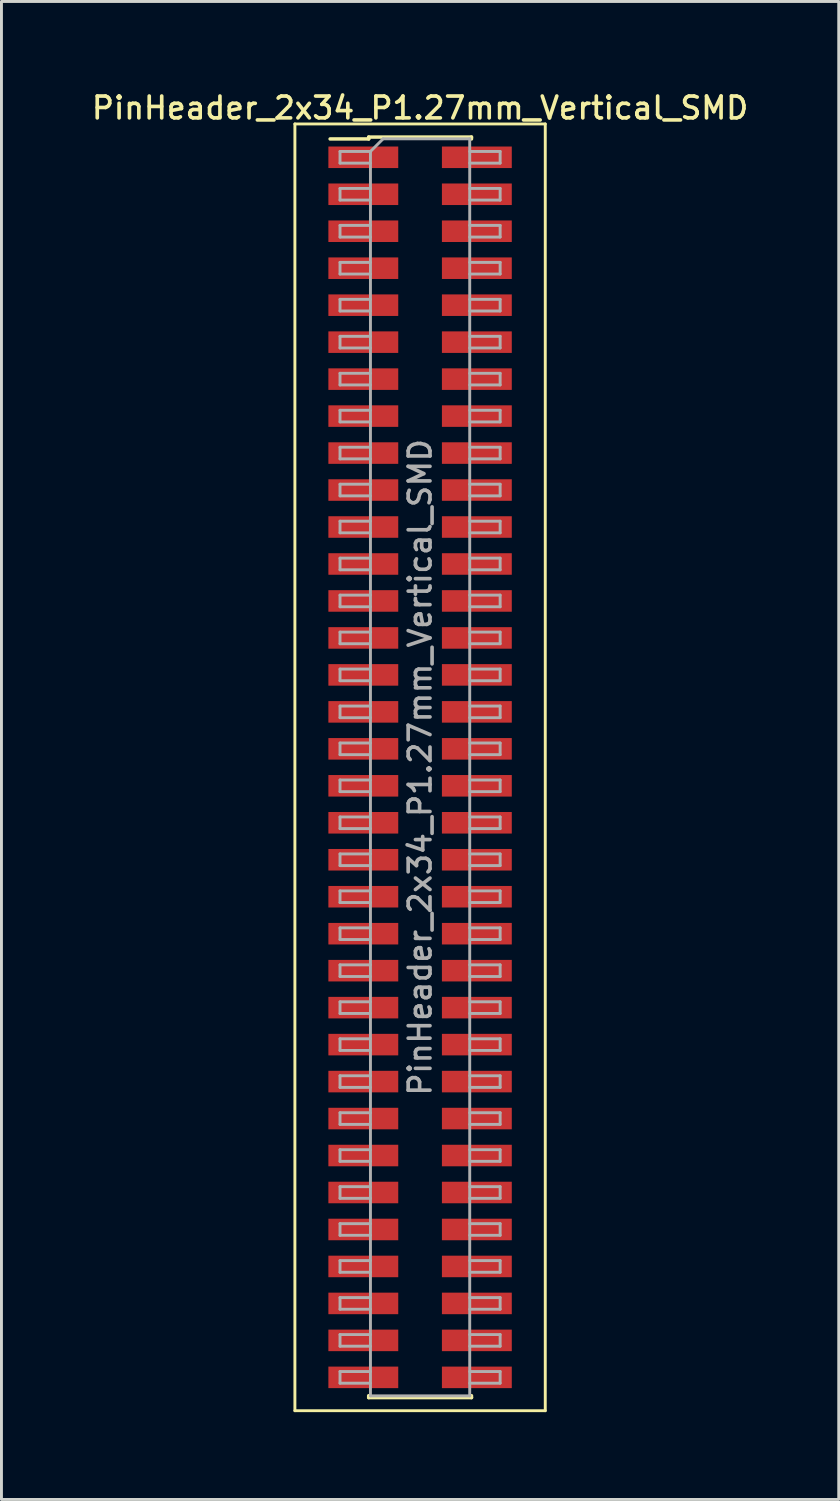
<source format=kicad_pcb>
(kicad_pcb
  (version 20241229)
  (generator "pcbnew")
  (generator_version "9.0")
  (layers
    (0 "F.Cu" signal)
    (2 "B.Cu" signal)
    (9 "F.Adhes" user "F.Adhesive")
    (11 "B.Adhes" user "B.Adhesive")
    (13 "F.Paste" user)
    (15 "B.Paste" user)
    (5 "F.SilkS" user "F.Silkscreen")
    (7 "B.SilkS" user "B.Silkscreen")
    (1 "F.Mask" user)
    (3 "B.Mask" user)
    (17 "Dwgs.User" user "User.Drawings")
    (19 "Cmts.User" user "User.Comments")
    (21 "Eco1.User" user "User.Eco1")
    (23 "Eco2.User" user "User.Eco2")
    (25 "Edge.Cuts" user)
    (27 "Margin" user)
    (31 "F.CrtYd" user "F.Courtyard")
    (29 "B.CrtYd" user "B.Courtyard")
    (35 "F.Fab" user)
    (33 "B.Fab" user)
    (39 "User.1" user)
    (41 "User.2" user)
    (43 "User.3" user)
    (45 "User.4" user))
  (footprint "PinHeader_2x34_P1.27mm_Vertical_SMD"
    (layer "F.Cu")
    (at 11.38 23.308)
    (property "Reference" "PinHeader_2x34_P1.27mm_Vertical_SMD" (at 0 -22.65 0) (layer "F.SilkS") (effects (font (size 0.75 0.75) (thickness 0.125))))
    (attr smd)
    (fp_line (start -4.3 -22.1) (end -4.3 22.1) (stroke (width 0.1) (type solid)) (layer "F.SilkS"))
    (fp_line (start -4.3 22.1) (end 4.3 22.1) (stroke (width 0.1) (type solid)) (layer "F.SilkS"))
    (fp_line (start -3.09 -21.585) (end -1.765 -21.585) (stroke (width 0.12) (type solid)) (layer "F.SilkS"))
    (fp_line (start -1.765 -21.65) (end -1.765 -21.585) (stroke (width 0.12) (type solid)) (layer "F.SilkS"))
    (fp_line (start -1.765 -21.65) (end 1.765 -21.65) (stroke (width 0.12) (type solid)) (layer "F.SilkS"))
    (fp_line (start -1.765 21.585) (end -1.765 21.65) (stroke (width 0.12) (type solid)) (layer "F.SilkS"))
    (fp_line (start -1.765 21.65) (end 1.765 21.65) (stroke (width 0.12) (type solid)) (layer "F.SilkS"))
    (fp_line (start 1.765 -21.65) (end 1.765 -21.585) (stroke (width 0.12) (type solid)) (layer "F.SilkS"))
    (fp_line (start 1.765 21.585) (end 1.765 21.65) (stroke (width 0.12) (type solid)) (layer "F.SilkS"))
    (fp_line (start 4.3 -22.1) (end -4.3 -22.1) (stroke (width 0.1) (type solid)) (layer "F.SilkS"))
    (fp_line (start 4.3 22.1) (end 4.3 -22.1) (stroke (width 0.1) (type solid)) (layer "F.SilkS"))
    (fp_line (start -2.75 -21.155) (end -2.75 -20.755) (stroke (width 0.1) (type solid)) (layer "F.Fab"))
    (fp_line (start -2.75 -20.755) (end -1.705 -20.755) (stroke (width 0.1) (type solid)) (layer "F.Fab"))
    (fp_line (start -2.75 -19.885) (end -2.75 -19.485) (stroke (width 0.1) (type solid)) (layer "F.Fab"))
    (fp_line (start -2.75 -19.485) (end -1.705 -19.485) (stroke (width 0.1) (type solid)) (layer "F.Fab"))
    (fp_line (start -2.75 -18.615) (end -2.75 -18.215) (stroke (width 0.1) (type solid)) (layer "F.Fab"))
    (fp_line (start -2.75 -18.215) (end -1.705 -18.215) (stroke (width 0.1) (type solid)) (layer "F.Fab"))
    (fp_line (start -2.75 -17.345) (end -2.75 -16.945) (stroke (width 0.1) (type solid)) (layer "F.Fab"))
    (fp_line (start -2.75 -16.945) (end -1.705 -16.945) (stroke (width 0.1) (type solid)) (layer "F.Fab"))
    (fp_line (start -2.75 -16.075) (end -2.75 -15.675) (stroke (width 0.1) (type solid)) (layer "F.Fab"))
    (fp_line (start -2.75 -15.675) (end -1.705 -15.675) (stroke (width 0.1) (type solid)) (layer "F.Fab"))
    (fp_line (start -2.75 -14.805) (end -2.75 -14.405) (stroke (width 0.1) (type solid)) (layer "F.Fab"))
    (fp_line (start -2.75 -14.405) (end -1.705 -14.405) (stroke (width 0.1) (type solid)) (layer "F.Fab"))
    (fp_line (start -2.75 -13.535) (end -2.75 -13.135) (stroke (width 0.1) (type solid)) (layer "F.Fab"))
    (fp_line (start -2.75 -13.135) (end -1.705 -13.135) (stroke (width 0.1) (type solid)) (layer "F.Fab"))
    (fp_line (start -2.75 -12.265) (end -2.75 -11.865) (stroke (width 0.1) (type solid)) (layer "F.Fab"))
    (fp_line (start -2.75 -11.865) (end -1.705 -11.865) (stroke (width 0.1) (type solid)) (layer "F.Fab"))
    (fp_line (start -2.75 -10.995) (end -2.75 -10.595) (stroke (width 0.1) (type solid)) (layer "F.Fab"))
    (fp_line (start -2.75 -10.595) (end -1.705 -10.595) (stroke (width 0.1) (type solid)) (layer "F.Fab"))
    (fp_line (start -2.75 -9.725) (end -2.75 -9.325) (stroke (width 0.1) (type solid)) (layer "F.Fab"))
    (fp_line (start -2.75 -9.325) (end -1.705 -9.325) (stroke (width 0.1) (type solid)) (layer "F.Fab"))
    (fp_line (start -2.75 -8.455) (end -2.75 -8.055) (stroke (width 0.1) (type solid)) (layer "F.Fab"))
    (fp_line (start -2.75 -8.055) (end -1.705 -8.055) (stroke (width 0.1) (type solid)) (layer "F.Fab"))
    (fp_line (start -2.75 -7.185) (end -2.75 -6.785) (stroke (width 0.1) (type solid)) (layer "F.Fab"))
    (fp_line (start -2.75 -6.785) (end -1.705 -6.785) (stroke (width 0.1) (type solid)) (layer "F.Fab"))
    (fp_line (start -2.75 -5.915) (end -2.75 -5.515) (stroke (width 0.1) (type solid)) (layer "F.Fab"))
    (fp_line (start -2.75 -5.515) (end -1.705 -5.515) (stroke (width 0.1) (type solid)) (layer "F.Fab"))
    (fp_line (start -2.75 -4.645) (end -2.75 -4.245) (stroke (width 0.1) (type solid)) (layer "F.Fab"))
    (fp_line (start -2.75 -4.245) (end -1.705 -4.245) (stroke (width 0.1) (type solid)) (layer "F.Fab"))
    (fp_line (start -2.75 -3.375) (end -2.75 -2.975) (stroke (width 0.1) (type solid)) (layer "F.Fab"))
    (fp_line (start -2.75 -2.975) (end -1.705 -2.975) (stroke (width 0.1) (type solid)) (layer "F.Fab"))
    (fp_line (start -2.75 -2.105) (end -2.75 -1.705) (stroke (width 0.1) (type solid)) (layer "F.Fab"))
    (fp_line (start -2.75 -1.705) (end -1.705 -1.705) (stroke (width 0.1) (type solid)) (layer "F.Fab"))
    (fp_line (start -2.75 -0.835) (end -2.75 -0.435) (stroke (width 0.1) (type solid)) (layer "F.Fab"))
    (fp_line (start -2.75 -0.435) (end -1.705 -0.435) (stroke (width 0.1) (type solid)) (layer "F.Fab"))
    (fp_line (start -2.75 0.435) (end -2.75 0.835) (stroke (width 0.1) (type solid)) (layer "F.Fab"))
    (fp_line (start -2.75 0.835) (end -1.705 0.835) (stroke (width 0.1) (type solid)) (layer "F.Fab"))
    (fp_line (start -2.75 1.705) (end -2.75 2.105) (stroke (width 0.1) (type solid)) (layer "F.Fab"))
    (fp_line (start -2.75 2.105) (end -1.705 2.105) (stroke (width 0.1) (type solid)) (layer "F.Fab"))
    (fp_line (start -2.75 2.975) (end -2.75 3.375) (stroke (width 0.1) (type solid)) (layer "F.Fab"))
    (fp_line (start -2.75 3.375) (end -1.705 3.375) (stroke (width 0.1) (type solid)) (layer "F.Fab"))
    (fp_line (start -2.75 4.245) (end -2.75 4.645) (stroke (width 0.1) (type solid)) (layer "F.Fab"))
    (fp_line (start -2.75 4.645) (end -1.705 4.645) (stroke (width 0.1) (type solid)) (layer "F.Fab"))
    (fp_line (start -2.75 5.515) (end -2.75 5.915) (stroke (width 0.1) (type solid)) (layer "F.Fab"))
    (fp_line (start -2.75 5.915) (end -1.705 5.915) (stroke (width 0.1) (type solid)) (layer "F.Fab"))
    (fp_line (start -2.75 6.785) (end -2.75 7.185) (stroke (width 0.1) (type solid)) (layer "F.Fab"))
    (fp_line (start -2.75 7.185) (end -1.705 7.185) (stroke (width 0.1) (type solid)) (layer "F.Fab"))
    (fp_line (start -2.75 8.055) (end -2.75 8.455) (stroke (width 0.1) (type solid)) (layer "F.Fab"))
    (fp_line (start -2.75 8.455) (end -1.705 8.455) (stroke (width 0.1) (type solid)) (layer "F.Fab"))
    (fp_line (start -2.75 9.325) (end -2.75 9.725) (stroke (width 0.1) (type solid)) (layer "F.Fab"))
    (fp_line (start -2.75 9.725) (end -1.705 9.725) (stroke (width 0.1) (type solid)) (layer "F.Fab"))
    (fp_line (start -2.75 10.595) (end -2.75 10.995) (stroke (width 0.1) (type solid)) (layer "F.Fab"))
    (fp_line (start -2.75 10.995) (end -1.705 10.995) (stroke (width 0.1) (type solid)) (layer "F.Fab"))
    (fp_line (start -2.75 11.865) (end -2.75 12.265) (stroke (width 0.1) (type solid)) (layer "F.Fab"))
    (fp_line (start -2.75 12.265) (end -1.705 12.265) (stroke (width 0.1) (type solid)) (layer "F.Fab"))
    (fp_line (start -2.75 13.135) (end -2.75 13.535) (stroke (width 0.1) (type solid)) (layer "F.Fab"))
    (fp_line (start -2.75 13.535) (end -1.705 13.535) (stroke (width 0.1) (type solid)) (layer "F.Fab"))
    (fp_line (start -2.75 14.405) (end -2.75 14.805) (stroke (width 0.1) (type solid)) (layer "F.Fab"))
    (fp_line (start -2.75 14.805) (end -1.705 14.805) (stroke (width 0.1) (type solid)) (layer "F.Fab"))
    (fp_line (start -2.75 15.675) (end -2.75 16.075) (stroke (width 0.1) (type solid)) (layer "F.Fab"))
    (fp_line (start -2.75 16.075) (end -1.705 16.075) (stroke (width 0.1) (type solid)) (layer "F.Fab"))
    (fp_line (start -2.75 16.945) (end -2.75 17.345) (stroke (width 0.1) (type solid)) (layer "F.Fab"))
    (fp_line (start -2.75 17.345) (end -1.705 17.345) (stroke (width 0.1) (type solid)) (layer "F.Fab"))
    (fp_line (start -2.75 18.215) (end -2.75 18.615) (stroke (width 0.1) (type solid)) (layer "F.Fab"))
    (fp_line (start -2.75 18.615) (end -1.705 18.615) (stroke (width 0.1) (type solid)) (layer "F.Fab"))
    (fp_line (start -2.75 19.485) (end -2.75 19.885) (stroke (width 0.1) (type solid)) (layer "F.Fab"))
    (fp_line (start -2.75 19.885) (end -1.705 19.885) (stroke (width 0.1) (type solid)) (layer "F.Fab"))
    (fp_line (start -2.75 20.755) (end -2.75 21.155) (stroke (width 0.1) (type solid)) (layer "F.Fab"))
    (fp_line (start -2.75 21.155) (end -1.705 21.155) (stroke (width 0.1) (type solid)) (layer "F.Fab"))
    (fp_line (start -1.705 -21.155) (end -2.75 -21.155) (stroke (width 0.1) (type solid)) (layer "F.Fab"))
    (fp_line (start -1.705 -21.155) (end -1.27 -21.59) (stroke (width 0.1) (type solid)) (layer "F.Fab"))
    (fp_line (start -1.705 -19.885) (end -2.75 -19.885) (stroke (width 0.1) (type solid)) (layer "F.Fab"))
    (fp_line (start -1.705 -18.615) (end -2.75 -18.615) (stroke (width 0.1) (type solid)) (layer "F.Fab"))
    (fp_line (start -1.705 -17.345) (end -2.75 -17.345) (stroke (width 0.1) (type solid)) (layer "F.Fab"))
    (fp_line (start -1.705 -16.075) (end -2.75 -16.075) (stroke (width 0.1) (type solid)) (layer "F.Fab"))
    (fp_line (start -1.705 -14.805) (end -2.75 -14.805) (stroke (width 0.1) (type solid)) (layer "F.Fab"))
    (fp_line (start -1.705 -13.535) (end -2.75 -13.535) (stroke (width 0.1) (type solid)) (layer "F.Fab"))
    (fp_line (start -1.705 -12.265) (end -2.75 -12.265) (stroke (width 0.1) (type solid)) (layer "F.Fab"))
    (fp_line (start -1.705 -10.995) (end -2.75 -10.995) (stroke (width 0.1) (type solid)) (layer "F.Fab"))
    (fp_line (start -1.705 -9.725) (end -2.75 -9.725) (stroke (width 0.1) (type solid)) (layer "F.Fab"))
    (fp_line (start -1.705 -8.455) (end -2.75 -8.455) (stroke (width 0.1) (type solid)) (layer "F.Fab"))
    (fp_line (start -1.705 -7.185) (end -2.75 -7.185) (stroke (width 0.1) (type solid)) (layer "F.Fab"))
    (fp_line (start -1.705 -5.915) (end -2.75 -5.915) (stroke (width 0.1) (type solid)) (layer "F.Fab"))
    (fp_line (start -1.705 -4.645) (end -2.75 -4.645) (stroke (width 0.1) (type solid)) (layer "F.Fab"))
    (fp_line (start -1.705 -3.375) (end -2.75 -3.375) (stroke (width 0.1) (type solid)) (layer "F.Fab"))
    (fp_line (start -1.705 -2.105) (end -2.75 -2.105) (stroke (width 0.1) (type solid)) (layer "F.Fab"))
    (fp_line (start -1.705 -0.835) (end -2.75 -0.835) (stroke (width 0.1) (type solid)) (layer "F.Fab"))
    (fp_line (start -1.705 0.435) (end -2.75 0.435) (stroke (width 0.1) (type solid)) (layer "F.Fab"))
    (fp_line (start -1.705 1.705) (end -2.75 1.705) (stroke (width 0.1) (type solid)) (layer "F.Fab"))
    (fp_line (start -1.705 2.975) (end -2.75 2.975) (stroke (width 0.1) (type solid)) (layer "F.Fab"))
    (fp_line (start -1.705 4.245) (end -2.75 4.245) (stroke (width 0.1) (type solid)) (layer "F.Fab"))
    (fp_line (start -1.705 5.515) (end -2.75 5.515) (stroke (width 0.1) (type solid)) (layer "F.Fab"))
    (fp_line (start -1.705 6.785) (end -2.75 6.785) (stroke (width 0.1) (type solid)) (layer "F.Fab"))
    (fp_line (start -1.705 8.055) (end -2.75 8.055) (stroke (width 0.1) (type solid)) (layer "F.Fab"))
    (fp_line (start -1.705 9.325) (end -2.75 9.325) (stroke (width 0.1) (type solid)) (layer "F.Fab"))
    (fp_line (start -1.705 10.595) (end -2.75 10.595) (stroke (width 0.1) (type solid)) (layer "F.Fab"))
    (fp_line (start -1.705 11.865) (end -2.75 11.865) (stroke (width 0.1) (type solid)) (layer "F.Fab"))
    (fp_line (start -1.705 13.135) (end -2.75 13.135) (stroke (width 0.1) (type solid)) (layer "F.Fab"))
    (fp_line (start -1.705 14.405) (end -2.75 14.405) (stroke (width 0.1) (type solid)) (layer "F.Fab"))
    (fp_line (start -1.705 15.675) (end -2.75 15.675) (stroke (width 0.1) (type solid)) (layer "F.Fab"))
    (fp_line (start -1.705 16.945) (end -2.75 16.945) (stroke (width 0.1) (type solid)) (layer "F.Fab"))
    (fp_line (start -1.705 18.215) (end -2.75 18.215) (stroke (width 0.1) (type solid)) (layer "F.Fab"))
    (fp_line (start -1.705 19.485) (end -2.75 19.485) (stroke (width 0.1) (type solid)) (layer "F.Fab"))
    (fp_line (start -1.705 20.755) (end -2.75 20.755) (stroke (width 0.1) (type solid)) (layer "F.Fab"))
    (fp_line (start -1.705 21.59) (end -1.705 -21.155) (stroke (width 0.1) (type solid)) (layer "F.Fab"))
    (fp_line (start -1.27 -21.59) (end 1.705 -21.59) (stroke (width 0.1) (type solid)) (layer "F.Fab"))
    (fp_line (start 1.705 -21.59) (end 1.705 21.59) (stroke (width 0.1) (type solid)) (layer "F.Fab"))
    (fp_line (start 1.705 -21.155) (end 2.75 -21.155) (stroke (width 0.1) (type solid)) (layer "F.Fab"))
    (fp_line (start 1.705 -19.885) (end 2.75 -19.885) (stroke (width 0.1) (type solid)) (layer "F.Fab"))
    (fp_line (start 1.705 -18.615) (end 2.75 -18.615) (stroke (width 0.1) (type solid)) (layer "F.Fab"))
    (fp_line (start 1.705 -17.345) (end 2.75 -17.345) (stroke (width 0.1) (type solid)) (layer "F.Fab"))
    (fp_line (start 1.705 -16.075) (end 2.75 -16.075) (stroke (width 0.1) (type solid)) (layer "F.Fab"))
    (fp_line (start 1.705 -14.805) (end 2.75 -14.805) (stroke (width 0.1) (type solid)) (layer "F.Fab"))
    (fp_line (start 1.705 -13.535) (end 2.75 -13.535) (stroke (width 0.1) (type solid)) (layer "F.Fab"))
    (fp_line (start 1.705 -12.265) (end 2.75 -12.265) (stroke (width 0.1) (type solid)) (layer "F.Fab"))
    (fp_line (start 1.705 -10.995) (end 2.75 -10.995) (stroke (width 0.1) (type solid)) (layer "F.Fab"))
    (fp_line (start 1.705 -9.725) (end 2.75 -9.725) (stroke (width 0.1) (type solid)) (layer "F.Fab"))
    (fp_line (start 1.705 -8.455) (end 2.75 -8.455) (stroke (width 0.1) (type solid)) (layer "F.Fab"))
    (fp_line (start 1.705 -7.185) (end 2.75 -7.185) (stroke (width 0.1) (type solid)) (layer "F.Fab"))
    (fp_line (start 1.705 -5.915) (end 2.75 -5.915) (stroke (width 0.1) (type solid)) (layer "F.Fab"))
    (fp_line (start 1.705 -4.645) (end 2.75 -4.645) (stroke (width 0.1) (type solid)) (layer "F.Fab"))
    (fp_line (start 1.705 -3.375) (end 2.75 -3.375) (stroke (width 0.1) (type solid)) (layer "F.Fab"))
    (fp_line (start 1.705 -2.105) (end 2.75 -2.105) (stroke (width 0.1) (type solid)) (layer "F.Fab"))
    (fp_line (start 1.705 -0.835) (end 2.75 -0.835) (stroke (width 0.1) (type solid)) (layer "F.Fab"))
    (fp_line (start 1.705 0.435) (end 2.75 0.435) (stroke (width 0.1) (type solid)) (layer "F.Fab"))
    (fp_line (start 1.705 1.705) (end 2.75 1.705) (stroke (width 0.1) (type solid)) (layer "F.Fab"))
    (fp_line (start 1.705 2.975) (end 2.75 2.975) (stroke (width 0.1) (type solid)) (layer "F.Fab"))
    (fp_line (start 1.705 4.245) (end 2.75 4.245) (stroke (width 0.1) (type solid)) (layer "F.Fab"))
    (fp_line (start 1.705 5.515) (end 2.75 5.515) (stroke (width 0.1) (type solid)) (layer "F.Fab"))
    (fp_line (start 1.705 6.785) (end 2.75 6.785) (stroke (width 0.1) (type solid)) (layer "F.Fab"))
    (fp_line (start 1.705 8.055) (end 2.75 8.055) (stroke (width 0.1) (type solid)) (layer "F.Fab"))
    (fp_line (start 1.705 9.325) (end 2.75 9.325) (stroke (width 0.1) (type solid)) (layer "F.Fab"))
    (fp_line (start 1.705 10.595) (end 2.75 10.595) (stroke (width 0.1) (type solid)) (layer "F.Fab"))
    (fp_line (start 1.705 11.865) (end 2.75 11.865) (stroke (width 0.1) (type solid)) (layer "F.Fab"))
    (fp_line (start 1.705 13.135) (end 2.75 13.135) (stroke (width 0.1) (type solid)) (layer "F.Fab"))
    (fp_line (start 1.705 14.405) (end 2.75 14.405) (stroke (width 0.1) (type solid)) (layer "F.Fab"))
    (fp_line (start 1.705 15.675) (end 2.75 15.675) (stroke (width 0.1) (type solid)) (layer "F.Fab"))
    (fp_line (start 1.705 16.945) (end 2.75 16.945) (stroke (width 0.1) (type solid)) (layer "F.Fab"))
    (fp_line (start 1.705 18.215) (end 2.75 18.215) (stroke (width 0.1) (type solid)) (layer "F.Fab"))
    (fp_line (start 1.705 19.485) (end 2.75 19.485) (stroke (width 0.1) (type solid)) (layer "F.Fab"))
    (fp_line (start 1.705 20.755) (end 2.75 20.755) (stroke (width 0.1) (type solid)) (layer "F.Fab"))
    (fp_line (start 1.705 21.59) (end -1.705 21.59) (stroke (width 0.1) (type solid)) (layer "F.Fab"))
    (fp_line (start 2.75 -21.155) (end 2.75 -20.755) (stroke (width 0.1) (type solid)) (layer "F.Fab"))
    (fp_line (start 2.75 -20.755) (end 1.705 -20.755) (stroke (width 0.1) (type solid)) (layer "F.Fab"))
    (fp_line (start 2.75 -19.885) (end 2.75 -19.485) (stroke (width 0.1) (type solid)) (layer "F.Fab"))
    (fp_line (start 2.75 -19.485) (end 1.705 -19.485) (stroke (width 0.1) (type solid)) (layer "F.Fab"))
    (fp_line (start 2.75 -18.615) (end 2.75 -18.215) (stroke (width 0.1) (type solid)) (layer "F.Fab"))
    (fp_line (start 2.75 -18.215) (end 1.705 -18.215) (stroke (width 0.1) (type solid)) (layer "F.Fab"))
    (fp_line (start 2.75 -17.345) (end 2.75 -16.945) (stroke (width 0.1) (type solid)) (layer "F.Fab"))
    (fp_line (start 2.75 -16.945) (end 1.705 -16.945) (stroke (width 0.1) (type solid)) (layer "F.Fab"))
    (fp_line (start 2.75 -16.075) (end 2.75 -15.675) (stroke (width 0.1) (type solid)) (layer "F.Fab"))
    (fp_line (start 2.75 -15.675) (end 1.705 -15.675) (stroke (width 0.1) (type solid)) (layer "F.Fab"))
    (fp_line (start 2.75 -14.805) (end 2.75 -14.405) (stroke (width 0.1) (type solid)) (layer "F.Fab"))
    (fp_line (start 2.75 -14.405) (end 1.705 -14.405) (stroke (width 0.1) (type solid)) (layer "F.Fab"))
    (fp_line (start 2.75 -13.535) (end 2.75 -13.135) (stroke (width 0.1) (type solid)) (layer "F.Fab"))
    (fp_line (start 2.75 -13.135) (end 1.705 -13.135) (stroke (width 0.1) (type solid)) (layer "F.Fab"))
    (fp_line (start 2.75 -12.265) (end 2.75 -11.865) (stroke (width 0.1) (type solid)) (layer "F.Fab"))
    (fp_line (start 2.75 -11.865) (end 1.705 -11.865) (stroke (width 0.1) (type solid)) (layer "F.Fab"))
    (fp_line (start 2.75 -10.995) (end 2.75 -10.595) (stroke (width 0.1) (type solid)) (layer "F.Fab"))
    (fp_line (start 2.75 -10.595) (end 1.705 -10.595) (stroke (width 0.1) (type solid)) (layer "F.Fab"))
    (fp_line (start 2.75 -9.725) (end 2.75 -9.325) (stroke (width 0.1) (type solid)) (layer "F.Fab"))
    (fp_line (start 2.75 -9.325) (end 1.705 -9.325) (stroke (width 0.1) (type solid)) (layer "F.Fab"))
    (fp_line (start 2.75 -8.455) (end 2.75 -8.055) (stroke (width 0.1) (type solid)) (layer "F.Fab"))
    (fp_line (start 2.75 -8.055) (end 1.705 -8.055) (stroke (width 0.1) (type solid)) (layer "F.Fab"))
    (fp_line (start 2.75 -7.185) (end 2.75 -6.785) (stroke (width 0.1) (type solid)) (layer "F.Fab"))
    (fp_line (start 2.75 -6.785) (end 1.705 -6.785) (stroke (width 0.1) (type solid)) (layer "F.Fab"))
    (fp_line (start 2.75 -5.915) (end 2.75 -5.515) (stroke (width 0.1) (type solid)) (layer "F.Fab"))
    (fp_line (start 2.75 -5.515) (end 1.705 -5.515) (stroke (width 0.1) (type solid)) (layer "F.Fab"))
    (fp_line (start 2.75 -4.645) (end 2.75 -4.245) (stroke (width 0.1) (type solid)) (layer "F.Fab"))
    (fp_line (start 2.75 -4.245) (end 1.705 -4.245) (stroke (width 0.1) (type solid)) (layer "F.Fab"))
    (fp_line (start 2.75 -3.375) (end 2.75 -2.975) (stroke (width 0.1) (type solid)) (layer "F.Fab"))
    (fp_line (start 2.75 -2.975) (end 1.705 -2.975) (stroke (width 0.1) (type solid)) (layer "F.Fab"))
    (fp_line (start 2.75 -2.105) (end 2.75 -1.705) (stroke (width 0.1) (type solid)) (layer "F.Fab"))
    (fp_line (start 2.75 -1.705) (end 1.705 -1.705) (stroke (width 0.1) (type solid)) (layer "F.Fab"))
    (fp_line (start 2.75 -0.835) (end 2.75 -0.435) (stroke (width 0.1) (type solid)) (layer "F.Fab"))
    (fp_line (start 2.75 -0.435) (end 1.705 -0.435) (stroke (width 0.1) (type solid)) (layer "F.Fab"))
    (fp_line (start 2.75 0.435) (end 2.75 0.835) (stroke (width 0.1) (type solid)) (layer "F.Fab"))
    (fp_line (start 2.75 0.835) (end 1.705 0.835) (stroke (width 0.1) (type solid)) (layer "F.Fab"))
    (fp_line (start 2.75 1.705) (end 2.75 2.105) (stroke (width 0.1) (type solid)) (layer "F.Fab"))
    (fp_line (start 2.75 2.105) (end 1.705 2.105) (stroke (width 0.1) (type solid)) (layer "F.Fab"))
    (fp_line (start 2.75 2.975) (end 2.75 3.375) (stroke (width 0.1) (type solid)) (layer "F.Fab"))
    (fp_line (start 2.75 3.375) (end 1.705 3.375) (stroke (width 0.1) (type solid)) (layer "F.Fab"))
    (fp_line (start 2.75 4.245) (end 2.75 4.645) (stroke (width 0.1) (type solid)) (layer "F.Fab"))
    (fp_line (start 2.75 4.645) (end 1.705 4.645) (stroke (width 0.1) (type solid)) (layer "F.Fab"))
    (fp_line (start 2.75 5.515) (end 2.75 5.915) (stroke (width 0.1) (type solid)) (layer "F.Fab"))
    (fp_line (start 2.75 5.915) (end 1.705 5.915) (stroke (width 0.1) (type solid)) (layer "F.Fab"))
    (fp_line (start 2.75 6.785) (end 2.75 7.185) (stroke (width 0.1) (type solid)) (layer "F.Fab"))
    (fp_line (start 2.75 7.185) (end 1.705 7.185) (stroke (width 0.1) (type solid)) (layer "F.Fab"))
    (fp_line (start 2.75 8.055) (end 2.75 8.455) (stroke (width 0.1) (type solid)) (layer "F.Fab"))
    (fp_line (start 2.75 8.455) (end 1.705 8.455) (stroke (width 0.1) (type solid)) (layer "F.Fab"))
    (fp_line (start 2.75 9.325) (end 2.75 9.725) (stroke (width 0.1) (type solid)) (layer "F.Fab"))
    (fp_line (start 2.75 9.725) (end 1.705 9.725) (stroke (width 0.1) (type solid)) (layer "F.Fab"))
    (fp_line (start 2.75 10.595) (end 2.75 10.995) (stroke (width 0.1) (type solid)) (layer "F.Fab"))
    (fp_line (start 2.75 10.995) (end 1.705 10.995) (stroke (width 0.1) (type solid)) (layer "F.Fab"))
    (fp_line (start 2.75 11.865) (end 2.75 12.265) (stroke (width 0.1) (type solid)) (layer "F.Fab"))
    (fp_line (start 2.75 12.265) (end 1.705 12.265) (stroke (width 0.1) (type solid)) (layer "F.Fab"))
    (fp_line (start 2.75 13.135) (end 2.75 13.535) (stroke (width 0.1) (type solid)) (layer "F.Fab"))
    (fp_line (start 2.75 13.535) (end 1.705 13.535) (stroke (width 0.1) (type solid)) (layer "F.Fab"))
    (fp_line (start 2.75 14.405) (end 2.75 14.805) (stroke (width 0.1) (type solid)) (layer "F.Fab"))
    (fp_line (start 2.75 14.805) (end 1.705 14.805) (stroke (width 0.1) (type solid)) (layer "F.Fab"))
    (fp_line (start 2.75 15.675) (end 2.75 16.075) (stroke (width 0.1) (type solid)) (layer "F.Fab"))
    (fp_line (start 2.75 16.075) (end 1.705 16.075) (stroke (width 0.1) (type solid)) (layer "F.Fab"))
    (fp_line (start 2.75 16.945) (end 2.75 17.345) (stroke (width 0.1) (type solid)) (layer "F.Fab"))
    (fp_line (start 2.75 17.345) (end 1.705 17.345) (stroke (width 0.1) (type solid)) (layer "F.Fab"))
    (fp_line (start 2.75 18.215) (end 2.75 18.615) (stroke (width 0.1) (type solid)) (layer "F.Fab"))
    (fp_line (start 2.75 18.615) (end 1.705 18.615) (stroke (width 0.1) (type solid)) (layer "F.Fab"))
    (fp_line (start 2.75 19.485) (end 2.75 19.885) (stroke (width 0.1) (type solid)) (layer "F.Fab"))
    (fp_line (start 2.75 19.885) (end 1.705 19.885) (stroke (width 0.1) (type solid)) (layer "F.Fab"))
    (fp_line (start 2.75 20.755) (end 2.75 21.155) (stroke (width 0.1) (type solid)) (layer "F.Fab"))
    (fp_line (start 2.75 21.155) (end 1.705 21.155) (stroke (width 0.1) (type solid)) (layer "F.Fab"))
    (fp_text user "${REFERENCE}" (at 0 0 90) (layer "F.Fab") (effects (font (size 0.75 0.75) (thickness 0.125))))
    (pad "1" smd rect (at -1.95 -20.955) (size 2.4 0.74) (layers "F.Cu" "F.Mask" "F.Paste"))
    (pad "2" smd rect (at 1.95 -20.955) (size 2.4 0.74) (layers "F.Cu" "F.Mask" "F.Paste"))
    (pad "3" smd rect (at -1.95 -19.685) (size 2.4 0.74) (layers "F.Cu" "F.Mask" "F.Paste"))
    (pad "4" smd rect (at 1.95 -19.685) (size 2.4 0.74) (layers "F.Cu" "F.Mask" "F.Paste"))
    (pad "5" smd rect (at -1.95 -18.415) (size 2.4 0.74) (layers "F.Cu" "F.Mask" "F.Paste"))
    (pad "6" smd rect (at 1.95 -18.415) (size 2.4 0.74) (layers "F.Cu" "F.Mask" "F.Paste"))
    (pad "7" smd rect (at -1.95 -17.145) (size 2.4 0.74) (layers "F.Cu" "F.Mask" "F.Paste"))
    (pad "8" smd rect (at 1.95 -17.145) (size 2.4 0.74) (layers "F.Cu" "F.Mask" "F.Paste"))
    (pad "9" smd rect (at -1.95 -15.875) (size 2.4 0.74) (layers "F.Cu" "F.Mask" "F.Paste"))
    (pad "10" smd rect (at 1.95 -15.875) (size 2.4 0.74) (layers "F.Cu" "F.Mask" "F.Paste"))
    (pad "11" smd rect (at -1.95 -14.605) (size 2.4 0.74) (layers "F.Cu" "F.Mask" "F.Paste"))
    (pad "12" smd rect (at 1.95 -14.605) (size 2.4 0.74) (layers "F.Cu" "F.Mask" "F.Paste"))
    (pad "13" smd rect (at -1.95 -13.335) (size 2.4 0.74) (layers "F.Cu" "F.Mask" "F.Paste"))
    (pad "14" smd rect (at 1.95 -13.335) (size 2.4 0.74) (layers "F.Cu" "F.Mask" "F.Paste"))
    (pad "15" smd rect (at -1.95 -12.065) (size 2.4 0.74) (layers "F.Cu" "F.Mask" "F.Paste"))
    (pad "16" smd rect (at 1.95 -12.065) (size 2.4 0.74) (layers "F.Cu" "F.Mask" "F.Paste"))
    (pad "17" smd rect (at -1.95 -10.795) (size 2.4 0.74) (layers "F.Cu" "F.Mask" "F.Paste"))
    (pad "18" smd rect (at 1.95 -10.795) (size 2.4 0.74) (layers "F.Cu" "F.Mask" "F.Paste"))
    (pad "19" smd rect (at -1.95 -9.525) (size 2.4 0.74) (layers "F.Cu" "F.Mask" "F.Paste"))
    (pad "20" smd rect (at 1.95 -9.525) (size 2.4 0.74) (layers "F.Cu" "F.Mask" "F.Paste"))
    (pad "21" smd rect (at -1.95 -8.255) (size 2.4 0.74) (layers "F.Cu" "F.Mask" "F.Paste"))
    (pad "22" smd rect (at 1.95 -8.255) (size 2.4 0.74) (layers "F.Cu" "F.Mask" "F.Paste"))
    (pad "23" smd rect (at -1.95 -6.985) (size 2.4 0.74) (layers "F.Cu" "F.Mask" "F.Paste"))
    (pad "24" smd rect (at 1.95 -6.985) (size 2.4 0.74) (layers "F.Cu" "F.Mask" "F.Paste"))
    (pad "25" smd rect (at -1.95 -5.715) (size 2.4 0.74) (layers "F.Cu" "F.Mask" "F.Paste"))
    (pad "26" smd rect (at 1.95 -5.715) (size 2.4 0.74) (layers "F.Cu" "F.Mask" "F.Paste"))
    (pad "27" smd rect (at -1.95 -4.445) (size 2.4 0.74) (layers "F.Cu" "F.Mask" "F.Paste"))
    (pad "28" smd rect (at 1.95 -4.445) (size 2.4 0.74) (layers "F.Cu" "F.Mask" "F.Paste"))
    (pad "29" smd rect (at -1.95 -3.175) (size 2.4 0.74) (layers "F.Cu" "F.Mask" "F.Paste"))
    (pad "30" smd rect (at 1.95 -3.175) (size 2.4 0.74) (layers "F.Cu" "F.Mask" "F.Paste"))
    (pad "31" smd rect (at -1.95 -1.905) (size 2.4 0.74) (layers "F.Cu" "F.Mask" "F.Paste"))
    (pad "32" smd rect (at 1.95 -1.905) (size 2.4 0.74) (layers "F.Cu" "F.Mask" "F.Paste"))
    (pad "33" smd rect (at -1.95 -0.635) (size 2.4 0.74) (layers "F.Cu" "F.Mask" "F.Paste"))
    (pad "34" smd rect (at 1.95 -0.635) (size 2.4 0.74) (layers "F.Cu" "F.Mask" "F.Paste"))
    (pad "35" smd rect (at -1.95 0.635) (size 2.4 0.74) (layers "F.Cu" "F.Mask" "F.Paste"))
    (pad "36" smd rect (at 1.95 0.635) (size 2.4 0.74) (layers "F.Cu" "F.Mask" "F.Paste"))
    (pad "37" smd rect (at -1.95 1.905) (size 2.4 0.74) (layers "F.Cu" "F.Mask" "F.Paste"))
    (pad "38" smd rect (at 1.95 1.905) (size 2.4 0.74) (layers "F.Cu" "F.Mask" "F.Paste"))
    (pad "39" smd rect (at -1.95 3.175) (size 2.4 0.74) (layers "F.Cu" "F.Mask" "F.Paste"))
    (pad "40" smd rect (at 1.95 3.175) (size 2.4 0.74) (layers "F.Cu" "F.Mask" "F.Paste"))
    (pad "41" smd rect (at -1.95 4.445) (size 2.4 0.74) (layers "F.Cu" "F.Mask" "F.Paste"))
    (pad "42" smd rect (at 1.95 4.445) (size 2.4 0.74) (layers "F.Cu" "F.Mask" "F.Paste"))
    (pad "43" smd rect (at -1.95 5.715) (size 2.4 0.74) (layers "F.Cu" "F.Mask" "F.Paste"))
    (pad "44" smd rect (at 1.95 5.715) (size 2.4 0.74) (layers "F.Cu" "F.Mask" "F.Paste"))
    (pad "45" smd rect (at -1.95 6.985) (size 2.4 0.74) (layers "F.Cu" "F.Mask" "F.Paste"))
    (pad "46" smd rect (at 1.95 6.985) (size 2.4 0.74) (layers "F.Cu" "F.Mask" "F.Paste"))
    (pad "47" smd rect (at -1.95 8.255) (size 2.4 0.74) (layers "F.Cu" "F.Mask" "F.Paste"))
    (pad "48" smd rect (at 1.95 8.255) (size 2.4 0.74) (layers "F.Cu" "F.Mask" "F.Paste"))
    (pad "49" smd rect (at -1.95 9.525) (size 2.4 0.74) (layers "F.Cu" "F.Mask" "F.Paste"))
    (pad "50" smd rect (at 1.95 9.525) (size 2.4 0.74) (layers "F.Cu" "F.Mask" "F.Paste"))
    (pad "51" smd rect (at -1.95 10.795) (size 2.4 0.74) (layers "F.Cu" "F.Mask" "F.Paste"))
    (pad "52" smd rect (at 1.95 10.795) (size 2.4 0.74) (layers "F.Cu" "F.Mask" "F.Paste"))
    (pad "53" smd rect (at -1.95 12.065) (size 2.4 0.74) (layers "F.Cu" "F.Mask" "F.Paste"))
    (pad "54" smd rect (at 1.95 12.065) (size 2.4 0.74) (layers "F.Cu" "F.Mask" "F.Paste"))
    (pad "55" smd rect (at -1.95 13.335) (size 2.4 0.74) (layers "F.Cu" "F.Mask" "F.Paste"))
    (pad "56" smd rect (at 1.95 13.335) (size 2.4 0.74) (layers "F.Cu" "F.Mask" "F.Paste"))
    (pad "57" smd rect (at -1.95 14.605) (size 2.4 0.74) (layers "F.Cu" "F.Mask" "F.Paste"))
    (pad "58" smd rect (at 1.95 14.605) (size 2.4 0.74) (layers "F.Cu" "F.Mask" "F.Paste"))
    (pad "59" smd rect (at -1.95 15.875) (size 2.4 0.74) (layers "F.Cu" "F.Mask" "F.Paste"))
    (pad "60" smd rect (at 1.95 15.875) (size 2.4 0.74) (layers "F.Cu" "F.Mask" "F.Paste"))
    (pad "61" smd rect (at -1.95 17.145) (size 2.4 0.74) (layers "F.Cu" "F.Mask" "F.Paste"))
    (pad "62" smd rect (at 1.95 17.145) (size 2.4 0.74) (layers "F.Cu" "F.Mask" "F.Paste"))
    (pad "63" smd rect (at -1.95 18.415) (size 2.4 0.74) (layers "F.Cu" "F.Mask" "F.Paste"))
    (pad "64" smd rect (at 1.95 18.415) (size 2.4 0.74) (layers "F.Cu" "F.Mask" "F.Paste"))
    (pad "65" smd rect (at -1.95 19.685) (size 2.4 0.74) (layers "F.Cu" "F.Mask" "F.Paste"))
    (pad "66" smd rect (at 1.95 19.685) (size 2.4 0.74) (layers "F.Cu" "F.Mask" "F.Paste"))
    (pad "67" smd rect (at -1.95 20.955) (size 2.4 0.74) (layers "F.Cu" "F.Mask" "F.Paste"))
    (pad "68" smd rect (at 1.95 20.955) (size 2.4 0.74) (layers "F.Cu" "F.Mask" "F.Paste")))
  (gr_rect
    (start -3 -3)
    (end 25.761 48.458)
    (stroke (width 0.1) (type default))
    (fill no)
    (layer "Edge.Cuts")))
</source>
